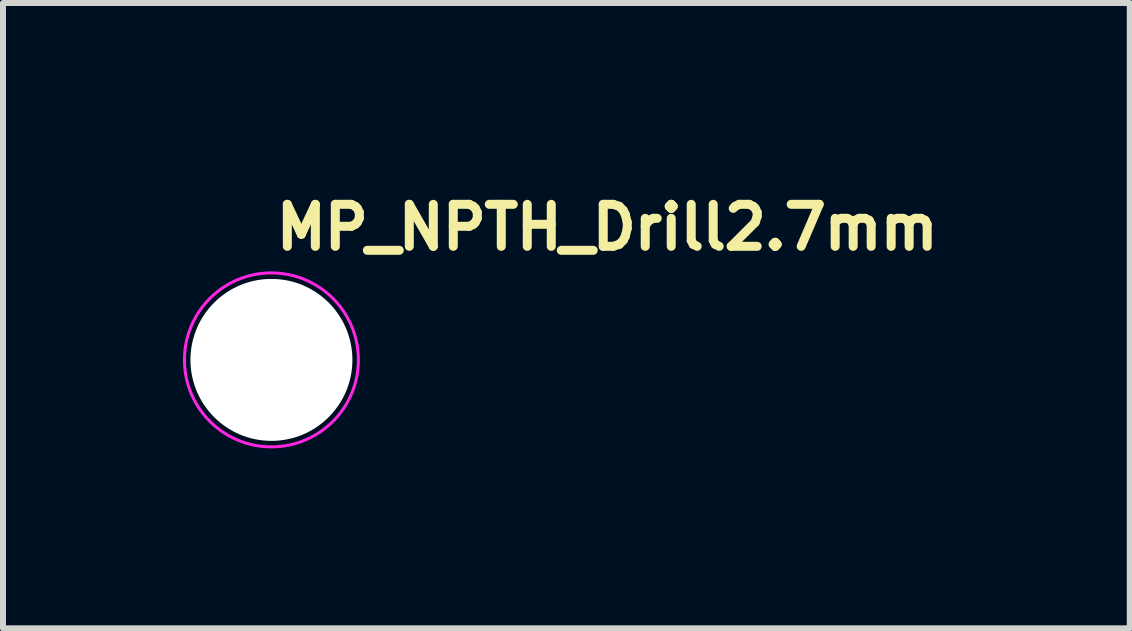
<source format=kicad_pcb>
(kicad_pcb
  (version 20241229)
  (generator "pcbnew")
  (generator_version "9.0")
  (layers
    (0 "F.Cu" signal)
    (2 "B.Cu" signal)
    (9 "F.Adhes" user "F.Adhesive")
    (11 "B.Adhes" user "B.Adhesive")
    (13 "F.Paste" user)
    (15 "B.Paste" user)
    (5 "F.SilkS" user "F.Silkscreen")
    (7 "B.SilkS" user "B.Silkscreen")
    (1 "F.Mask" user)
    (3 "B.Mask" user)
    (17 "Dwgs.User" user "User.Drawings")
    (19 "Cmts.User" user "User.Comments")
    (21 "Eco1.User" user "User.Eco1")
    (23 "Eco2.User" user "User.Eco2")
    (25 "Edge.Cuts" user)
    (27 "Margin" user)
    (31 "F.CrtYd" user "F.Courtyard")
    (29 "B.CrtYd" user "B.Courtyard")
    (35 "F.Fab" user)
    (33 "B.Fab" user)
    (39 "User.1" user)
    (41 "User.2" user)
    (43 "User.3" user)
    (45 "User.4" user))
  (footprint "MP_NPTH_Drill2.7mm"
    (layer "F.Cu")
    (at 1.475 2.95)
    (property "Reference" "MP_NPTH_Drill2.7mm" (at 0 -1.8 0) (layer "F.SilkS") (effects (font (size 0.7 0.7) (thickness 0.15)) (justify left bottom)))
    (attr exclude_from_pos_files exclude_from_bom)
    (fp_circle (center 0 0) (end 1.45 0) (stroke (width 0.05) (type default)) (fill no) (layer "F.CrtYd"))
    (pad "" np_thru_hole circle (at 0 0) (size 2.7 2.7) (drill 2.7) (layers "*.Cu" "*.Mask")))
  (gr_rect
    (start -3 -3)
    (end 15.785 7.425)
    (stroke (width 0.1) (type default))
    (fill no)
    (layer "Edge.Cuts")))
</source>
